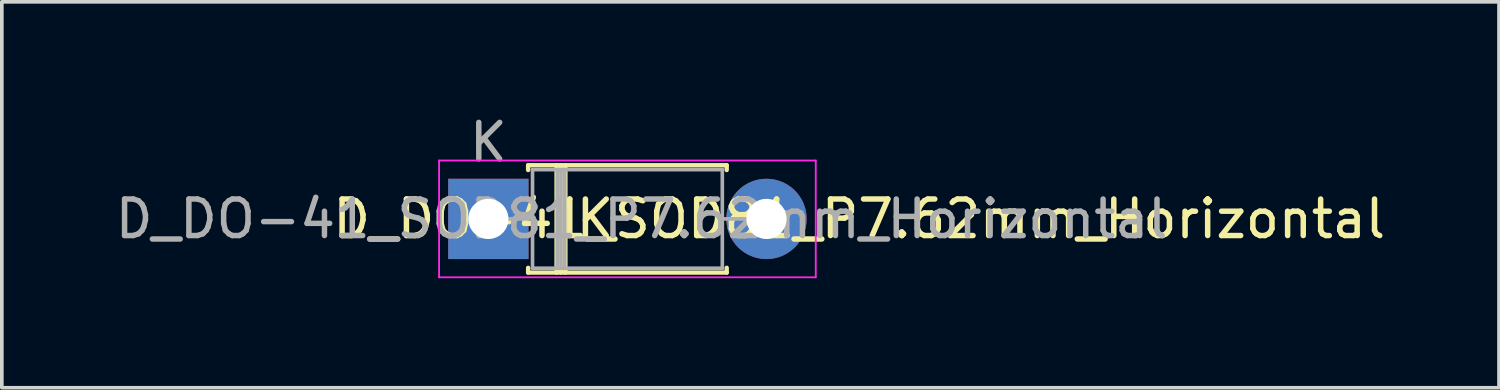
<source format=kicad_pcb>
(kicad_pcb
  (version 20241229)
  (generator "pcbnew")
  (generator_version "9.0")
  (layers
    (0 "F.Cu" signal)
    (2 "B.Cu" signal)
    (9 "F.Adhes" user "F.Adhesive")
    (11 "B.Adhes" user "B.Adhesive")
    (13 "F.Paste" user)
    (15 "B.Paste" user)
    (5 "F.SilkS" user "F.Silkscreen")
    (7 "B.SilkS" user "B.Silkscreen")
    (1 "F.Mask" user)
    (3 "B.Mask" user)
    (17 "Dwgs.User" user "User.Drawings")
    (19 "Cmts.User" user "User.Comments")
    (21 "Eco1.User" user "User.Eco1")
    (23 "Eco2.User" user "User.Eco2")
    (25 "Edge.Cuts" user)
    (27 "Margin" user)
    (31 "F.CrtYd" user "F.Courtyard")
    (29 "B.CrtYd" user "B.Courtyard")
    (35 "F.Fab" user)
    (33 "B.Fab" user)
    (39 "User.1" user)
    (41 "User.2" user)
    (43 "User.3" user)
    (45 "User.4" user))
  (footprint "D_DO-41_SOD81_P7.62mm_Horizontal"
    (layer "F.Cu")
    (at 10.33 2.948)
    (property "Reference" "D_DO-41_SOD81_P7.62mm_Horizontal" (at 10.16 0 180) (layer "F.SilkS") (effects (font (size 1 1) (thickness 0.15))))
    (attr through_hole)
    (fp_line (start 1.09 -1.47) (end 6.53 -1.47) (stroke (width 0.12) (type solid)) (layer "F.SilkS"))
    (fp_line (start 1.09 -1.34) (end 1.09 -1.47) (stroke (width 0.12) (type solid)) (layer "F.SilkS"))
    (fp_line (start 1.09 1.34) (end 1.09 1.47) (stroke (width 0.12) (type solid)) (layer "F.SilkS"))
    (fp_line (start 1.09 1.47) (end 6.53 1.47) (stroke (width 0.12) (type solid)) (layer "F.SilkS"))
    (fp_line (start 1.87 -1.47) (end 1.87 1.47) (stroke (width 0.12) (type solid)) (layer "F.SilkS"))
    (fp_line (start 1.99 -1.47) (end 1.99 1.47) (stroke (width 0.12) (type solid)) (layer "F.SilkS"))
    (fp_line (start 2.11 -1.47) (end 2.11 1.47) (stroke (width 0.12) (type solid)) (layer "F.SilkS"))
    (fp_line (start 6.53 -1.47) (end 6.53 -1.34) (stroke (width 0.12) (type solid)) (layer "F.SilkS"))
    (fp_line (start 6.53 1.47) (end 6.53 1.34) (stroke (width 0.12) (type solid)) (layer "F.SilkS"))
    (fp_line (start -1.35 -1.6) (end -1.35 1.6) (stroke (width 0.05) (type solid)) (layer "F.CrtYd"))
    (fp_line (start -1.35 1.6) (end 8.97 1.6) (stroke (width 0.05) (type solid)) (layer "F.CrtYd"))
    (fp_line (start 8.97 -1.6) (end -1.35 -1.6) (stroke (width 0.05) (type solid)) (layer "F.CrtYd"))
    (fp_line (start 8.97 1.6) (end 8.97 -1.6) (stroke (width 0.05) (type solid)) (layer "F.CrtYd"))
    (fp_line (start 0 0) (end 1.21 0) (stroke (width 0.1) (type solid)) (layer "F.Fab"))
    (fp_line (start 1.21 -1.35) (end 1.21 1.35) (stroke (width 0.1) (type solid)) (layer "F.Fab"))
    (fp_line (start 1.21 1.35) (end 6.41 1.35) (stroke (width 0.1) (type solid)) (layer "F.Fab"))
    (fp_line (start 1.89 -1.35) (end 1.89 1.35) (stroke (width 0.1) (type solid)) (layer "F.Fab"))
    (fp_line (start 1.99 -1.35) (end 1.99 1.35) (stroke (width 0.1) (type solid)) (layer "F.Fab"))
    (fp_line (start 2.09 -1.35) (end 2.09 1.35) (stroke (width 0.1) (type solid)) (layer "F.Fab"))
    (fp_line (start 6.41 -1.35) (end 1.21 -1.35) (stroke (width 0.1) (type solid)) (layer "F.Fab"))
    (fp_line (start 6.41 1.35) (end 6.41 -1.35) (stroke (width 0.1) (type solid)) (layer "F.Fab"))
    (fp_line (start 7.62 0) (end 6.41 0) (stroke (width 0.1) (type solid)) (layer "F.Fab"))
    (fp_text user "K" (at 2.921 0 180) (layer "F.SilkS") (effects (font (size 1 1) (thickness 0.15))))
    (fp_text user "K" (at 0 -2.1 180) (layer "F.Fab") (effects (font (size 1 1) (thickness 0.15))))
    (fp_text user "${REFERENCE}" (at 4.2 0 180) (layer "F.Fab") (effects (font (size 1 1) (thickness 0.15))))
    (pad "1" thru_hole rect (at 0 0) (size 2.2 2.2) (drill 1.1) (layers "*.Cu" "*.Mask"))
    (pad "2" thru_hole oval (at 7.62 0) (size 2.2 2.2) (drill 1.1) (layers "*.Cu" "*.Mask")))
  (gr_rect
    (start -3 -3)
    (end 38.02 7.573)
    (stroke (width 0.1) (type default))
    (fill no)
    (layer "Edge.Cuts")))
</source>
